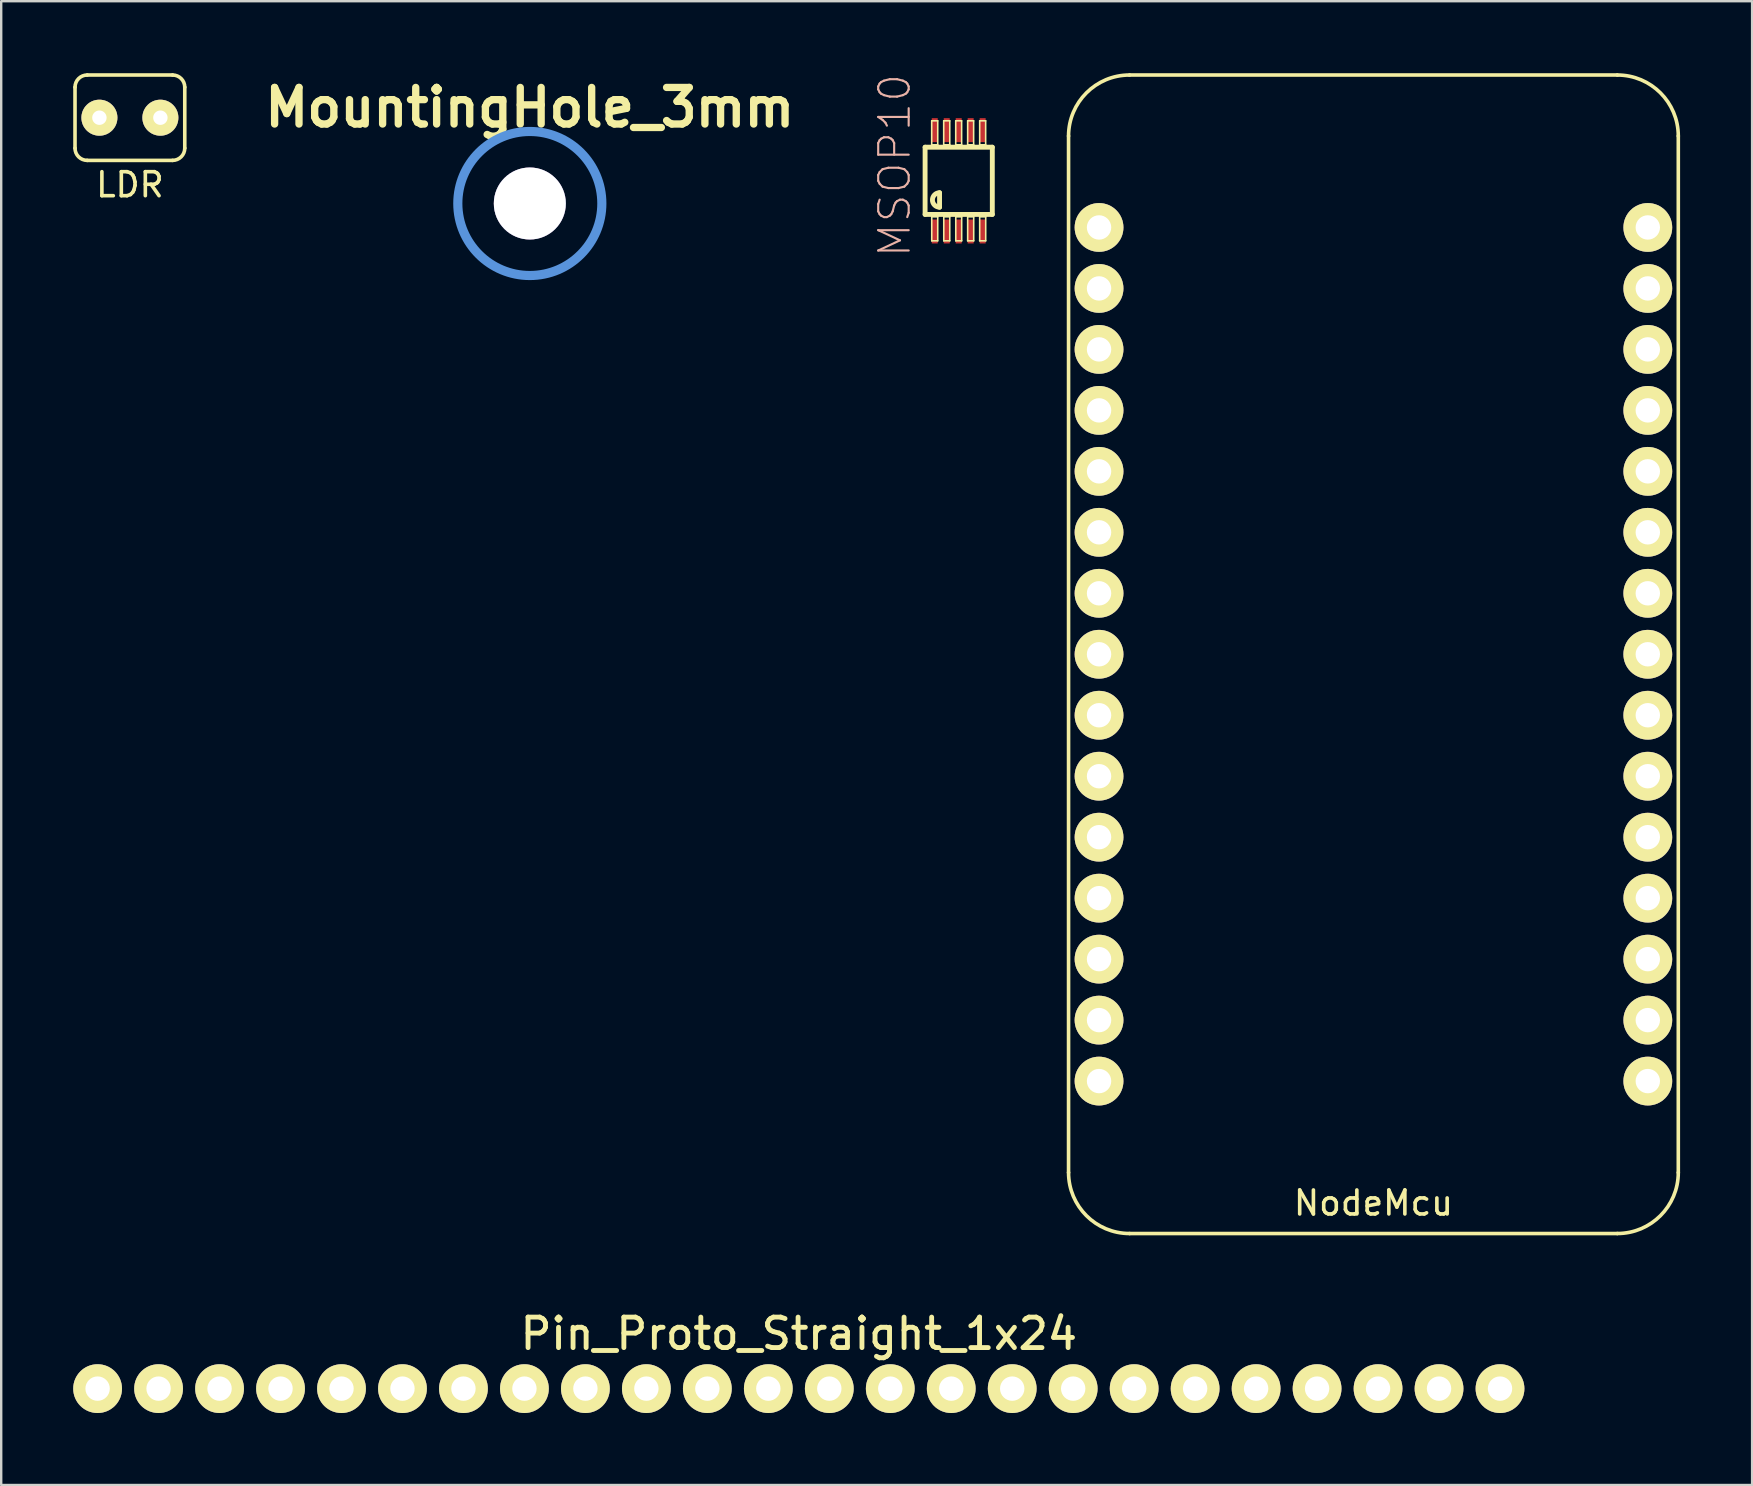
<source format=kicad_pcb>
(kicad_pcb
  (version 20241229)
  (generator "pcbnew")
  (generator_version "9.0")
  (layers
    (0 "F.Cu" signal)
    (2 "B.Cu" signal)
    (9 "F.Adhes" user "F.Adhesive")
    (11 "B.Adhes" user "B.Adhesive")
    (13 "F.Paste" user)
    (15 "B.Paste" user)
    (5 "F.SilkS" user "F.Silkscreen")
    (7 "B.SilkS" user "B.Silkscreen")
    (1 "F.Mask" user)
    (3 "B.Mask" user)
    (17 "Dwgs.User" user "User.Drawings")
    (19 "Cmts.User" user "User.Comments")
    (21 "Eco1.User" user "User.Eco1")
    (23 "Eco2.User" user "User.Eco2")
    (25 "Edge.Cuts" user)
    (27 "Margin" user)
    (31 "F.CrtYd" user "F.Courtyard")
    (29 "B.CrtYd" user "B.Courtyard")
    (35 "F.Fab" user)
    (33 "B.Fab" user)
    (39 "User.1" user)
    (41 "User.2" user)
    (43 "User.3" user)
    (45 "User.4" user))
  (footprint "NodeMcu"
    (layer "F.Cu")
    (at 54.163 24.205)
    (property "Reference" "NodeMcu" (at 0 22.86 0) (layer "F.SilkS") (effects (font (size 1 1) (thickness 0.15))))
    (attr through_hole)
    (fp_line (start -12.7 21.59) (end -12.7 -21.59) (stroke (width 0.15) (type solid)) (layer "F.SilkS"))
    (fp_line (start -10.16 -24.13) (end 10.16 -24.13) (stroke (width 0.15) (type solid)) (layer "F.SilkS"))
    (fp_line (start -10.16 24.13) (end 10.16 24.13) (stroke (width 0.15) (type solid)) (layer "F.SilkS"))
    (fp_line (start 12.7 21.59) (end 12.7 -21.59) (stroke (width 0.15) (type solid)) (layer "F.SilkS"))
    (fp_arc (start -12.7 -21.59) (mid -11.956051 -23.386051) (end -10.16 -24.13) (stroke (width 0.15) (type solid)) (layer "F.SilkS"))
    (fp_arc (start -10.16 24.13) (mid -11.956051 23.386051) (end -12.7 21.59) (stroke (width 0.15) (type solid)) (layer "F.SilkS"))
    (fp_arc (start 10.16 -24.13) (mid 11.956051 -23.386051) (end 12.7 -21.59) (stroke (width 0.15) (type solid)) (layer "F.SilkS"))
    (fp_arc (start 12.7 21.59) (mid 11.956051 23.386051) (end 10.16 24.13) (stroke (width 0.15) (type solid)) (layer "F.SilkS"))
    (pad "1" thru_hole circle (at -11.43 -17.78) (size 2.032 2.032) (drill 1.016) (layers "*.Cu" "*.Mask" "F.SilkS"))
    (pad "2" thru_hole circle (at 11.43 -17.78) (size 2.032 2.032) (drill 1.016) (layers "*.Cu" "*.Mask" "F.SilkS"))
    (pad "3" thru_hole circle (at -11.43 -15.24) (size 2.032 2.032) (drill 1.016) (layers "*.Cu" "*.Mask" "F.SilkS"))
    (pad "4" thru_hole circle (at 11.43 -15.24) (size 2.032 2.032) (drill 1.016) (layers "*.Cu" "*.Mask" "F.SilkS"))
    (pad "5" thru_hole circle (at -11.43 -12.7) (size 2.032 2.032) (drill 1.016) (layers "*.Cu" "*.Mask" "F.SilkS"))
    (pad "6" thru_hole circle (at 11.43 -12.7) (size 2.032 2.032) (drill 1.016) (layers "*.Cu" "*.Mask" "F.SilkS"))
    (pad "7" thru_hole circle (at -11.43 -10.16) (size 2.032 2.032) (drill 1.016) (layers "*.Cu" "*.Mask" "F.SilkS"))
    (pad "8" thru_hole circle (at 11.43 -10.16) (size 2.032 2.032) (drill 1.016) (layers "*.Cu" "*.Mask" "F.SilkS"))
    (pad "9" thru_hole circle (at -11.43 -7.62) (size 2.032 2.032) (drill 1.016) (layers "*.Cu" "*.Mask" "F.SilkS"))
    (pad "10" thru_hole circle (at 11.43 -7.62) (size 2.032 2.032) (drill 1.016) (layers "*.Cu" "*.Mask" "F.SilkS"))
    (pad "11" thru_hole circle (at -11.43 -5.08) (size 2.032 2.032) (drill 1.016) (layers "*.Cu" "*.Mask" "F.SilkS"))
    (pad "12" thru_hole circle (at 11.43 -5.08) (size 2.032 2.032) (drill 1.016) (layers "*.Cu" "*.Mask" "F.SilkS"))
    (pad "13" thru_hole circle (at -11.43 -2.54) (size 2.032 2.032) (drill 1.016) (layers "*.Cu" "*.Mask" "F.SilkS"))
    (pad "14" thru_hole circle (at 11.43 -2.54) (size 2.032 2.032) (drill 1.016) (layers "*.Cu" "*.Mask" "F.SilkS"))
    (pad "15" thru_hole circle (at -11.43 0) (size 2.032 2.032) (drill 1.016) (layers "*.Cu" "*.Mask" "F.SilkS"))
    (pad "16" thru_hole circle (at 11.43 0) (size 2.032 2.032) (drill 1.016) (layers "*.Cu" "*.Mask" "F.SilkS"))
    (pad "17" thru_hole circle (at -11.43 2.54) (size 2.032 2.032) (drill 1.016) (layers "*.Cu" "*.Mask" "F.SilkS"))
    (pad "18" thru_hole circle (at 11.43 2.54) (size 2.032 2.032) (drill 1.016) (layers "*.Cu" "*.Mask" "F.SilkS"))
    (pad "19" thru_hole circle (at -11.43 5.08) (size 2.032 2.032) (drill 1.016) (layers "*.Cu" "*.Mask" "F.SilkS"))
    (pad "20" thru_hole circle (at 11.43 5.08) (size 2.032 2.032) (drill 1.016) (layers "*.Cu" "*.Mask" "F.SilkS"))
    (pad "21" thru_hole circle (at -11.43 7.62) (size 2.032 2.032) (drill 1.016) (layers "*.Cu" "*.Mask" "F.SilkS"))
    (pad "22" thru_hole circle (at 11.43 7.62) (size 2.032 2.032) (drill 1.016) (layers "*.Cu" "*.Mask" "F.SilkS"))
    (pad "23" thru_hole circle (at -11.43 10.16) (size 2.032 2.032) (drill 1.016) (layers "*.Cu" "*.Mask" "F.SilkS"))
    (pad "24" thru_hole circle (at 11.43 10.16) (size 2.032 2.032) (drill 1.016) (layers "*.Cu" "*.Mask" "F.SilkS"))
    (pad "25" thru_hole circle (at -11.43 12.7) (size 2.032 2.032) (drill 1.016) (layers "*.Cu" "*.Mask" "F.SilkS"))
    (pad "26" thru_hole circle (at 11.43 12.7) (size 2.032 2.032) (drill 1.016) (layers "*.Cu" "*.Mask" "F.SilkS"))
    (pad "27" thru_hole circle (at -11.43 15.24) (size 2.032 2.032) (drill 1.016) (layers "*.Cu" "*.Mask" "F.SilkS"))
    (pad "28" thru_hole circle (at 11.43 15.24) (size 2.032 2.032) (drill 1.016) (layers "*.Cu" "*.Mask" "F.SilkS"))
    (pad "29" thru_hole circle (at -11.43 17.78) (size 2.032 2.032) (drill 1.016) (layers "*.Cu" "*.Mask" "F.SilkS"))
    (pad "30" thru_hole circle (at 11.43 17.78) (size 2.032 2.032) (drill 1.016) (layers "*.Cu" "*.Mask" "F.SilkS")))
  (footprint "MountingHole_3mm"
    (layer "F.Cu")
    (at 19.021 5.427)
    (property "Reference" "MountingHole_3mm" (at 0 -4 0) (layer "F.SilkS") (effects (font (size 1.524 1.524) (thickness 0.305))))
    (attr through_hole)
    (fp_circle (center 0 0) (end 3 0) (stroke (width 0.381) (type solid)) (fill no) (layer "Cmts.User"))
    (pad "" thru_hole circle (at 0 0) (size 3 3) (drill 3) (layers)))
  (footprint "LDR"
    (layer "F.Cu")
    (at 2.361 1.853)
    (property "Reference" "LDR" (at 0 2.794 0) (layer "F.SilkS") (effects (font (size 1 1) (thickness 0.15))))
    (attr through_hole)
    (fp_line (start -2.286 -1.27) (end -2.286 1.27) (stroke (width 0.15) (type solid)) (layer "F.SilkS"))
    (fp_line (start -1.778 1.778) (end 1.778 1.778) (stroke (width 0.15) (type solid)) (layer "F.SilkS"))
    (fp_line (start 1.778 -1.778) (end -1.778 -1.778) (stroke (width 0.15) (type solid)) (layer "F.SilkS"))
    (fp_line (start 2.286 1.27) (end 2.286 -1.27) (stroke (width 0.15) (type solid)) (layer "F.SilkS"))
    (fp_arc (start -2.286 -1.27) (mid -2.13721 -1.62921) (end -1.778 -1.778) (stroke (width 0.15) (type solid)) (layer "F.SilkS"))
    (fp_arc (start -1.778 1.778) (mid -2.13721 1.62921) (end -2.286 1.27) (stroke (width 0.15) (type solid)) (layer "F.SilkS"))
    (fp_arc (start 1.778 -1.778) (mid 2.13721 -1.62921) (end 2.286 -1.27) (stroke (width 0.15) (type solid)) (layer "F.SilkS"))
    (fp_arc (start 2.286 1.27) (mid 2.13721 1.62921) (end 1.778 1.778) (stroke (width 0.15) (type solid)) (layer "F.SilkS"))
    (pad "1" thru_hole circle (at -1.27 0) (size 1.5 1.5) (drill 0.6) (layers "*.Cu" "*.Mask" "F.SilkS"))
    (pad "2" thru_hole circle (at 1.27 0) (size 1.5 1.5) (drill 0.6) (layers "*.Cu" "*.Mask" "F.SilkS")))
  (footprint "Pin_Proto_Straight_1x24"
    (layer "F.Cu")
    (at 30.226 54.796)
    (property "Reference" "Pin_Proto_Straight_1x24" (at 0 -2.286 0) (layer "F.SilkS") (effects (font (size 1.27 1.27) (thickness 0.203))))
    (attr through_hole)
    (pad "1" thru_hole circle (at -29.21 0) (size 2.032 2.032) (drill oval 1.016) (layers "*.Cu" "*.Mask" "F.SilkS"))
    (pad "2" thru_hole circle (at -26.67 0) (size 2.032 2.032) (drill 1.016) (layers "*.Cu" "*.Mask" "F.SilkS"))
    (pad "3" thru_hole circle (at -24.13 0) (size 2.032 2.032) (drill 1.016) (layers "*.Cu" "*.Mask" "F.SilkS"))
    (pad "4" thru_hole circle (at -21.59 0) (size 2.032 2.032) (drill 1.016) (layers "*.Cu" "*.Mask" "F.SilkS"))
    (pad "5" thru_hole circle (at -19.05 0) (size 2.032 2.032) (drill 1.016) (layers "*.Cu" "*.Mask" "F.SilkS"))
    (pad "6" thru_hole circle (at -16.51 0) (size 2.032 2.032) (drill 1.016) (layers "*.Cu" "*.Mask" "F.SilkS"))
    (pad "7" thru_hole circle (at -13.97 0) (size 2.032 2.032) (drill 1.016) (layers "*.Cu" "*.Mask" "F.SilkS"))
    (pad "8" thru_hole circle (at -11.43 0) (size 2.032 2.032) (drill 1.016) (layers "*.Cu" "*.Mask" "F.SilkS"))
    (pad "9" thru_hole circle (at -8.89 0) (size 2.032 2.032) (drill 1.016) (layers "*.Cu" "*.Mask" "F.SilkS"))
    (pad "10" thru_hole circle (at -6.35 0) (size 2.032 2.032) (drill 1.016) (layers "*.Cu" "*.Mask" "F.SilkS"))
    (pad "11" thru_hole circle (at -3.81 0) (size 2.032 2.032) (drill 1.016) (layers "*.Cu" "*.Mask" "F.SilkS"))
    (pad "12" thru_hole circle (at -1.27 0) (size 2.032 2.032) (drill 1.016) (layers "*.Cu" "*.Mask" "F.SilkS"))
    (pad "13" thru_hole circle (at 1.27 0) (size 2.032 2.032) (drill 1.016) (layers "*.Cu" "*.Mask" "F.SilkS"))
    (pad "14" thru_hole circle (at 3.81 0) (size 2.032 2.032) (drill 1.016) (layers "*.Cu" "*.Mask" "F.SilkS"))
    (pad "15" thru_hole circle (at 6.35 0) (size 2.032 2.032) (drill 1.016) (layers "*.Cu" "*.Mask" "F.SilkS"))
    (pad "16" thru_hole circle (at 8.89 0) (size 2.032 2.032) (drill 1.016) (layers "*.Cu" "*.Mask" "F.SilkS"))
    (pad "17" thru_hole circle (at 11.43 0) (size 2.032 2.032) (drill 1.016) (layers "*.Cu" "*.Mask" "F.SilkS"))
    (pad "18" thru_hole circle (at 13.97 0) (size 2.032 2.032) (drill 1.016) (layers "*.Cu" "*.Mask" "F.SilkS"))
    (pad "19" thru_hole circle (at 16.51 0) (size 2.032 2.032) (drill 1.016) (layers "*.Cu" "*.Mask" "F.SilkS"))
    (pad "20" thru_hole circle (at 19.05 0) (size 2.032 2.032) (drill 1.016) (layers "*.Cu" "*.Mask" "F.SilkS"))
    (pad "21" thru_hole circle (at 21.59 0) (size 2.032 2.032) (drill 1.016) (layers "*.Cu" "*.Mask" "F.SilkS"))
    (pad "22" thru_hole circle (at 24.13 0) (size 2.032 2.032) (drill 1.016) (layers "*.Cu" "*.Mask" "F.SilkS"))
    (pad "23" thru_hole circle (at 26.67 0) (size 2.032 2.032) (drill 1.016) (layers "*.Cu" "*.Mask" "F.SilkS"))
    (pad "24" thru_hole circle (at 29.21 0) (size 2.032 2.032) (drill 1.016) (layers "*.Cu" "*.Mask" "F.SilkS")))
  (footprint "MSOP10"
    (layer "F.Cu")
    (at 36.887 4.482)
    (property "Reference" "MSOP10" (at -2.667 -0.635 90) (layer "B.SilkS") (effects (font (size 1.27 1.27) (thickness 0.089))))
    (attr smd)
    (fp_line (start -1.4 -1.4) (end 1.4 -1.4) (stroke (width 0.203) (type solid)) (layer "F.SilkS"))
    (fp_line (start -1.4 1.4) (end -1.4 -1.4) (stroke (width 0.203) (type solid)) (layer "F.SilkS"))
    (fp_line (start -1.125 -2.499) (end -0.874 -2.499) (stroke (width 0.066) (type solid)) (layer "F.SilkS"))
    (fp_line (start -1.125 -1.499) (end -1.125 -2.499) (stroke (width 0.066) (type solid)) (layer "F.SilkS"))
    (fp_line (start -1.125 -1.499) (end -0.874 -1.499) (stroke (width 0.066) (type solid)) (layer "F.SilkS"))
    (fp_line (start -1.123 1.499) (end -0.874 1.499) (stroke (width 0.066) (type solid)) (layer "F.SilkS"))
    (fp_line (start -1.123 2.499) (end -1.123 1.499) (stroke (width 0.066) (type solid)) (layer "F.SilkS"))
    (fp_line (start -1.123 2.499) (end -0.874 2.499) (stroke (width 0.066) (type solid)) (layer "F.SilkS"))
    (fp_line (start -0.874 -1.499) (end -0.874 -2.499) (stroke (width 0.066) (type solid)) (layer "F.SilkS"))
    (fp_line (start -0.874 2.499) (end -0.874 1.499) (stroke (width 0.066) (type solid)) (layer "F.SilkS"))
    (fp_line (start -0.798 0.498) (end -0.798 1.1) (stroke (width 0.203) (type solid)) (layer "F.SilkS"))
    (fp_line (start -0.625 -2.499) (end -0.373 -2.499) (stroke (width 0.066) (type solid)) (layer "F.SilkS"))
    (fp_line (start -0.625 -1.499) (end -0.625 -2.499) (stroke (width 0.066) (type solid)) (layer "F.SilkS"))
    (fp_line (start -0.625 -1.499) (end -0.373 -1.499) (stroke (width 0.066) (type solid)) (layer "F.SilkS"))
    (fp_line (start -0.622 1.499) (end -0.373 1.499) (stroke (width 0.066) (type solid)) (layer "F.SilkS"))
    (fp_line (start -0.622 2.499) (end -0.622 1.499) (stroke (width 0.066) (type solid)) (layer "F.SilkS"))
    (fp_line (start -0.622 2.499) (end -0.373 2.499) (stroke (width 0.066) (type solid)) (layer "F.SilkS"))
    (fp_line (start -0.373 -1.499) (end -0.373 -2.499) (stroke (width 0.066) (type solid)) (layer "F.SilkS"))
    (fp_line (start -0.373 2.499) (end -0.373 1.499) (stroke (width 0.066) (type solid)) (layer "F.SilkS"))
    (fp_line (start -0.124 -2.499) (end 0.122 -2.499) (stroke (width 0.066) (type solid)) (layer "F.SilkS"))
    (fp_line (start -0.124 -1.499) (end -0.124 -2.499) (stroke (width 0.066) (type solid)) (layer "F.SilkS"))
    (fp_line (start -0.124 -1.499) (end 0.122 -1.499) (stroke (width 0.066) (type solid)) (layer "F.SilkS"))
    (fp_line (start -0.122 1.499) (end 0.124 1.499) (stroke (width 0.066) (type solid)) (layer "F.SilkS"))
    (fp_line (start -0.122 2.499) (end -0.122 1.499) (stroke (width 0.066) (type solid)) (layer "F.SilkS"))
    (fp_line (start -0.122 2.499) (end 0.124 2.499) (stroke (width 0.066) (type solid)) (layer "F.SilkS"))
    (fp_line (start 0.122 -1.499) (end 0.122 -2.499) (stroke (width 0.066) (type solid)) (layer "F.SilkS"))
    (fp_line (start 0.124 2.499) (end 0.124 1.499) (stroke (width 0.066) (type solid)) (layer "F.SilkS"))
    (fp_line (start 0.373 -2.499) (end 0.622 -2.499) (stroke (width 0.066) (type solid)) (layer "F.SilkS"))
    (fp_line (start 0.373 -1.499) (end 0.373 -2.499) (stroke (width 0.066) (type solid)) (layer "F.SilkS"))
    (fp_line (start 0.373 -1.499) (end 0.622 -1.499) (stroke (width 0.066) (type solid)) (layer "F.SilkS"))
    (fp_line (start 0.373 1.499) (end 0.625 1.499) (stroke (width 0.066) (type solid)) (layer "F.SilkS"))
    (fp_line (start 0.373 2.499) (end 0.373 1.499) (stroke (width 0.066) (type solid)) (layer "F.SilkS"))
    (fp_line (start 0.373 2.499) (end 0.625 2.499) (stroke (width 0.066) (type solid)) (layer "F.SilkS"))
    (fp_line (start 0.622 -1.499) (end 0.622 -2.499) (stroke (width 0.066) (type solid)) (layer "F.SilkS"))
    (fp_line (start 0.625 2.499) (end 0.625 1.499) (stroke (width 0.066) (type solid)) (layer "F.SilkS"))
    (fp_line (start 0.874 -2.499) (end 1.123 -2.499) (stroke (width 0.066) (type solid)) (layer "F.SilkS"))
    (fp_line (start 0.874 -1.499) (end 0.874 -2.499) (stroke (width 0.066) (type solid)) (layer "F.SilkS"))
    (fp_line (start 0.874 -1.499) (end 1.123 -1.499) (stroke (width 0.066) (type solid)) (layer "F.SilkS"))
    (fp_line (start 0.874 1.499) (end 1.125 1.499) (stroke (width 0.066) (type solid)) (layer "F.SilkS"))
    (fp_line (start 0.874 2.499) (end 0.874 1.499) (stroke (width 0.066) (type solid)) (layer "F.SilkS"))
    (fp_line (start 0.874 2.499) (end 1.125 2.499) (stroke (width 0.066) (type solid)) (layer "F.SilkS"))
    (fp_line (start 1.123 -1.499) (end 1.123 -2.499) (stroke (width 0.066) (type solid)) (layer "F.SilkS"))
    (fp_line (start 1.125 2.499) (end 1.125 1.499) (stroke (width 0.066) (type solid)) (layer "F.SilkS"))
    (fp_line (start 1.4 -1.4) (end 1.4 1.4) (stroke (width 0.203) (type solid)) (layer "F.SilkS"))
    (fp_line (start 1.4 1.4) (end -1.4 1.4) (stroke (width 0.203) (type solid)) (layer "F.SilkS"))
    (fp_arc (start -0.79756 1.09982) (mid -1.09982 0.79756) (end -0.79756 0.4953) (stroke (width 0.2032) (type solid)) (layer "F.SilkS"))
    (pad "1" smd rect (at -0.998 2.111) (size 0.249 0.998) (layers "F.Cu" "F.Mask" "F.Paste"))
    (pad "2" smd rect (at -0.498 2.111) (size 0.249 0.998) (layers "F.Cu" "F.Mask" "F.Paste"))
    (pad "3" smd rect (at 0 2.111) (size 0.249 0.998) (layers "F.Cu" "F.Mask" "F.Paste"))
    (pad "4" smd rect (at 0.498 2.111) (size 0.249 0.998) (layers "F.Cu" "F.Mask" "F.Paste"))
    (pad "5" smd rect (at 0.998 2.111) (size 0.249 0.998) (layers "F.Cu" "F.Mask" "F.Paste"))
    (pad "6" smd rect (at 0.998 -2.111) (size 0.249 0.998) (layers "F.Cu" "F.Mask" "F.Paste"))
    (pad "7" smd rect (at 0.498 -2.111) (size 0.249 0.998) (layers "F.Cu" "F.Mask" "F.Paste"))
    (pad "8" smd rect (at 0 -2.111) (size 0.249 0.998) (layers "F.Cu" "F.Mask" "F.Paste"))
    (pad "9" smd rect (at -0.498 -2.111) (size 0.249 0.998) (layers "F.Cu" "F.Mask" "F.Paste"))
    (pad "10" smd rect (at -0.998 -2.111) (size 0.249 0.998) (layers "F.Cu" "F.Mask" "F.Paste")))
  (gr_rect
    (start -3 -3)
    (end 69.938 58.812)
    (stroke (width 0.1) (type default))
    (fill no)
    (layer "Edge.Cuts")))
</source>
